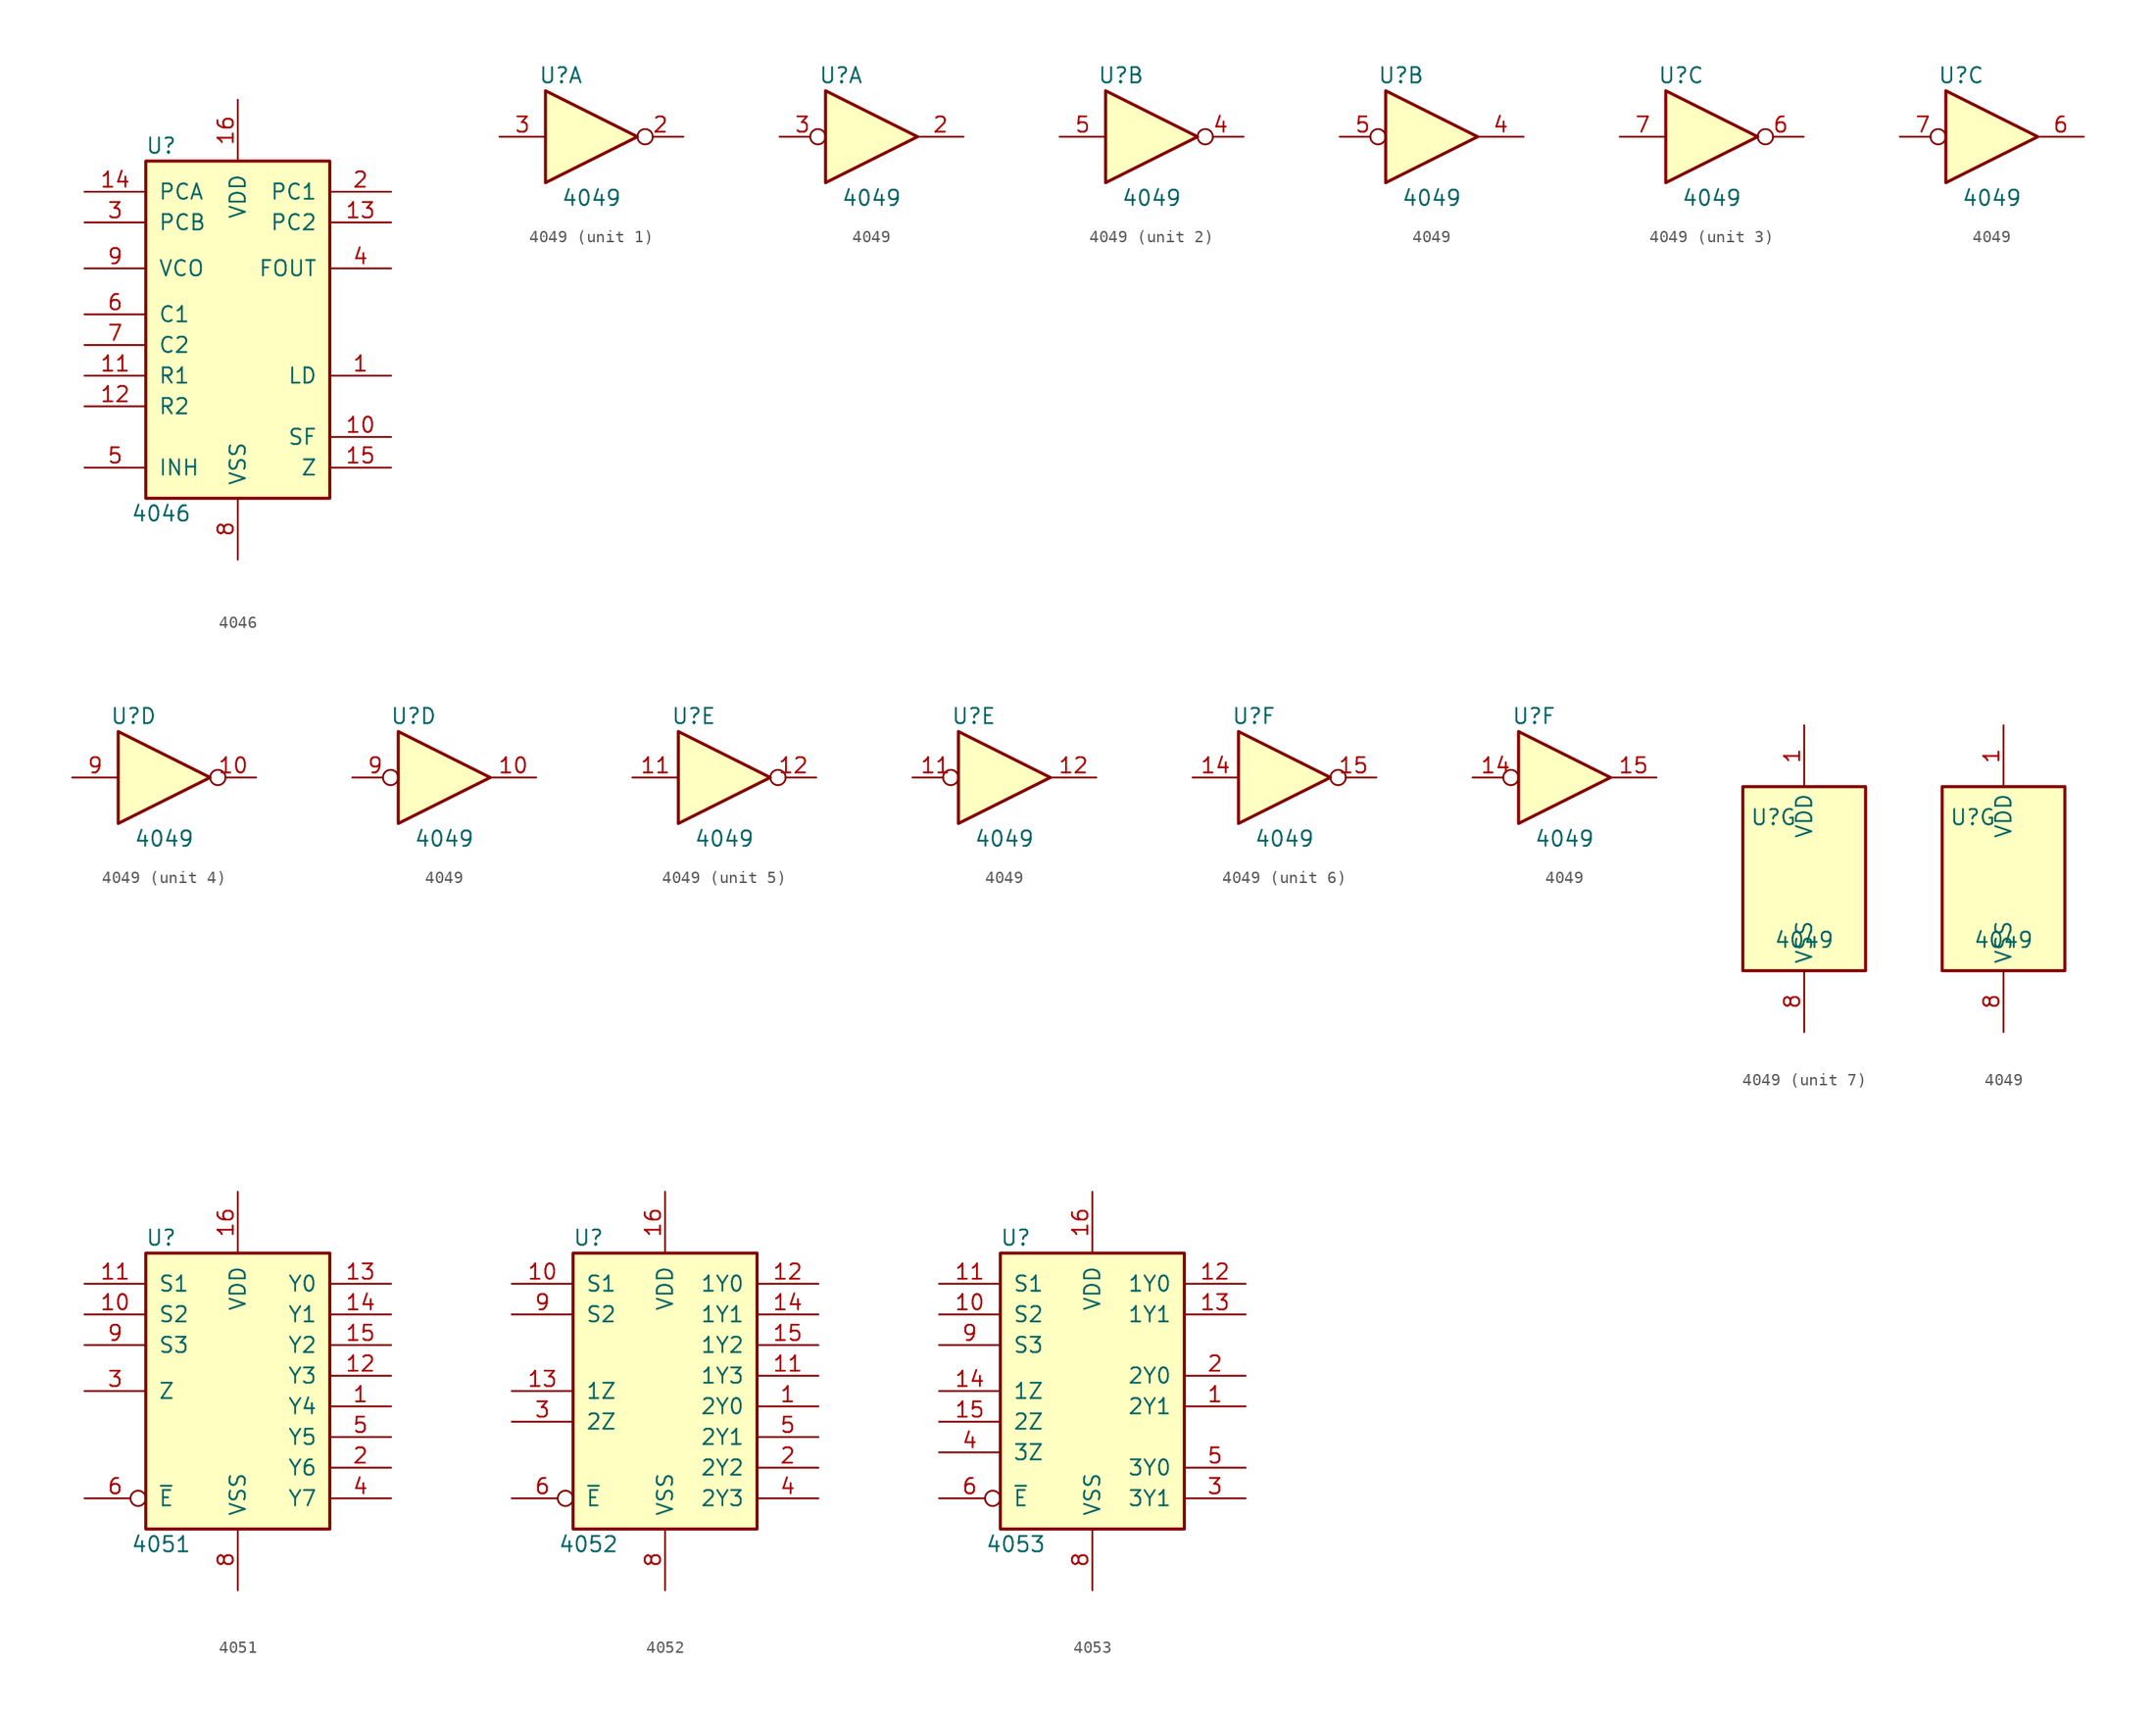
<source format=kicad_sym>
(kicad_symbol_lib
  (version 20211014)
  (generator kicad_symbol_editor)
  (symbol "4046"
    (pin_names
      (offset 1.016))
    (property "Reference" "U"
      (at -6.35 13.97 0)
      (effects (font (size 1.27 1.27))))
    (property "Value" "4046"
      (at -6.35 -16.51 0)
      (effects (font (size 1.27 1.27))))
    (symbol "4046_1_0"
      (pin output line (at 12.7 -5.08 180) (length 5.08) (name "LD" (effects (font (size 1.27 1.27)))) (number "1" (effects (font (size 1.27 1.27)))))
      (pin output line (at 12.7 -10.16 180) (length 5.08) (name "SF" (effects (font (size 1.27 1.27)))) (number "10" (effects (font (size 1.27 1.27)))))
      (pin input line (at -12.7 -5.08 0) (length 5.08) (name "R1" (effects (font (size 1.27 1.27)))) (number "11" (effects (font (size 1.27 1.27)))))
      (pin input line (at -12.7 -7.62 0) (length 5.08) (name "R2" (effects (font (size 1.27 1.27)))) (number "12" (effects (font (size 1.27 1.27)))))
      (pin tri_state line (at 12.7 7.62 180) (length 5.08) (name "PC2" (effects (font (size 1.27 1.27)))) (number "13" (effects (font (size 1.27 1.27)))))
      (pin input line (at -12.7 10.16 0) (length 5.08) (name "PCA" (effects (font (size 1.27 1.27)))) (number "14" (effects (font (size 1.27 1.27)))))
      (pin output line (at 12.7 -12.7 180) (length 5.08) (name "Z" (effects (font (size 1.27 1.27)))) (number "15" (effects (font (size 1.27 1.27)))))
      (pin power_in line (at 0 17.78 270) (length 5.08) (name "VDD" (effects (font (size 1.27 1.27)))) (number "16" (effects (font (size 1.27 1.27)))))
      (pin output line (at 12.7 10.16 180) (length 5.08) (name "PC1" (effects (font (size 1.27 1.27)))) (number "2" (effects (font (size 1.27 1.27)))))
      (pin input line (at -12.7 7.62 0) (length 5.08) (name "PCB" (effects (font (size 1.27 1.27)))) (number "3" (effects (font (size 1.27 1.27)))))
      (pin output line (at 12.7 3.81 180) (length 5.08) (name "FOUT" (effects (font (size 1.27 1.27)))) (number "4" (effects (font (size 1.27 1.27)))))
      (pin input line (at -12.7 -12.7 0) (length 5.08) (name "INH" (effects (font (size 1.27 1.27)))) (number "5" (effects (font (size 1.27 1.27)))))
      (pin input line (at -12.7 0 0) (length 5.08) (name "C1" (effects (font (size 1.27 1.27)))) (number "6" (effects (font (size 1.27 1.27)))))
      (pin input line (at -12.7 -2.54 0) (length 5.08) (name "C2" (effects (font (size 1.27 1.27)))) (number "7" (effects (font (size 1.27 1.27)))))
      (pin power_in line (at 0 -20.32 90) (length 5.08) (name "VSS" (effects (font (size 1.27 1.27)))) (number "8" (effects (font (size 1.27 1.27)))))
      (pin input line (at -12.7 3.81 0) (length 5.08) (name "VCO" (effects (font (size 1.27 1.27)))) (number "9" (effects (font (size 1.27 1.27))))))
    (symbol "4046_1_1"
      (rectangle (start -7.62 12.7) (end 7.62 -15.24) (stroke (width 0.254) (type default) (color 0 0 0 0)) (fill (type background)))))
  (symbol "4049"
    (property "Reference" "U"
      (at -2.54 5.08 0)
      (effects (font (size 1.27 1.27))))
    (property "Value" "4049"
      (at 0 -5.08 0)
      (effects (font (size 1.27 1.27))))
    (property "ki_locked" ""
      (at 0 0 0)
      (effects (font (size 1.27 1.27))))
    (symbol "4049_1_0"
      (polyline (pts (xy -3.81 3.81) (xy -3.81 -3.81) (xy 3.81 0) (xy -3.81 3.81)) (stroke (width 0.254) (type default) (color 0 0 0 0)) (fill (type background))))
    (symbol "4049_1_1"
      (pin output inverted (at 7.62 0 180) (length 3.81) (name "~" (effects (font (size 1.27 1.27)))) (number "2" (effects (font (size 1.27 1.27)))))
      (pin input line (at -7.62 0 0) (length 3.81) (name "~" (effects (font (size 1.27 1.27)))) (number "3" (effects (font (size 1.27 1.27))))))
    (symbol "4049_1_2"
      (pin output line (at 7.62 0 180) (length 3.81) (name "~" (effects (font (size 1.27 1.27)))) (number "2" (effects (font (size 1.27 1.27)))))
      (pin input inverted (at -7.62 0 0) (length 3.81) (name "~" (effects (font (size 1.27 1.27)))) (number "3" (effects (font (size 1.27 1.27))))))
    (symbol "4049_2_0"
      (polyline (pts (xy -3.81 3.81) (xy -3.81 -3.81) (xy 3.81 0) (xy -3.81 3.81)) (stroke (width 0.254) (type default) (color 0 0 0 0)) (fill (type background))))
    (symbol "4049_2_1"
      (pin output inverted (at 7.62 0 180) (length 3.81) (name "~" (effects (font (size 1.27 1.27)))) (number "4" (effects (font (size 1.27 1.27)))))
      (pin input line (at -7.62 0 0) (length 3.81) (name "~" (effects (font (size 1.27 1.27)))) (number "5" (effects (font (size 1.27 1.27))))))
    (symbol "4049_2_2"
      (pin output line (at 7.62 0 180) (length 3.81) (name "~" (effects (font (size 1.27 1.27)))) (number "4" (effects (font (size 1.27 1.27)))))
      (pin input inverted (at -7.62 0 0) (length 3.81) (name "~" (effects (font (size 1.27 1.27)))) (number "5" (effects (font (size 1.27 1.27))))))
    (symbol "4049_3_0"
      (polyline (pts (xy -3.81 3.81) (xy -3.81 -3.81) (xy 3.81 0) (xy -3.81 3.81)) (stroke (width 0.254) (type default) (color 0 0 0 0)) (fill (type background))))
    (symbol "4049_3_1"
      (pin output inverted (at 7.62 0 180) (length 3.81) (name "~" (effects (font (size 1.27 1.27)))) (number "6" (effects (font (size 1.27 1.27)))))
      (pin input line (at -7.62 0 0) (length 3.81) (name "~" (effects (font (size 1.27 1.27)))) (number "7" (effects (font (size 1.27 1.27))))))
    (symbol "4049_3_2"
      (pin output line (at 7.62 0 180) (length 3.81) (name "~" (effects (font (size 1.27 1.27)))) (number "6" (effects (font (size 1.27 1.27)))))
      (pin input inverted (at -7.62 0 0) (length 3.81) (name "~" (effects (font (size 1.27 1.27)))) (number "7" (effects (font (size 1.27 1.27))))))
    (symbol "4049_4_0"
      (polyline (pts (xy -3.81 3.81) (xy -3.81 -3.81) (xy 3.81 0) (xy -3.81 3.81)) (stroke (width 0.254) (type default) (color 0 0 0 0)) (fill (type background))))
    (symbol "4049_4_1"
      (pin output inverted (at 7.62 0 180) (length 3.81) (name "~" (effects (font (size 1.27 1.27)))) (number "10" (effects (font (size 1.27 1.27)))))
      (pin input line (at -7.62 0 0) (length 3.81) (name "~" (effects (font (size 1.27 1.27)))) (number "9" (effects (font (size 1.27 1.27))))))
    (symbol "4049_4_2"
      (pin output line (at 7.62 0 180) (length 3.81) (name "~" (effects (font (size 1.27 1.27)))) (number "10" (effects (font (size 1.27 1.27)))))
      (pin input inverted (at -7.62 0 0) (length 3.81) (name "~" (effects (font (size 1.27 1.27)))) (number "9" (effects (font (size 1.27 1.27))))))
    (symbol "4049_5_0"
      (polyline (pts (xy -3.81 3.81) (xy -3.81 -3.81) (xy 3.81 0) (xy -3.81 3.81)) (stroke (width 0.254) (type default) (color 0 0 0 0)) (fill (type background))))
    (symbol "4049_5_1"
      (pin input line (at -7.62 0 0) (length 3.81) (name "~" (effects (font (size 1.27 1.27)))) (number "11" (effects (font (size 1.27 1.27)))))
      (pin output inverted (at 7.62 0 180) (length 3.81) (name "~" (effects (font (size 1.27 1.27)))) (number "12" (effects (font (size 1.27 1.27))))))
    (symbol "4049_5_2"
      (pin input inverted (at -7.62 0 0) (length 3.81) (name "~" (effects (font (size 1.27 1.27)))) (number "11" (effects (font (size 1.27 1.27)))))
      (pin output line (at 7.62 0 180) (length 3.81) (name "~" (effects (font (size 1.27 1.27)))) (number "12" (effects (font (size 1.27 1.27))))))
    (symbol "4049_6_0"
      (polyline (pts (xy -3.81 3.81) (xy -3.81 -3.81) (xy 3.81 0) (xy -3.81 3.81)) (stroke (width 0.254) (type default) (color 0 0 0 0)) (fill (type background))))
    (symbol "4049_6_1"
      (pin input line (at -7.62 0 0) (length 3.81) (name "~" (effects (font (size 1.27 1.27)))) (number "14" (effects (font (size 1.27 1.27)))))
      (pin output inverted (at 7.62 0 180) (length 3.81) (name "~" (effects (font (size 1.27 1.27)))) (number "15" (effects (font (size 1.27 1.27))))))
    (symbol "4049_6_2"
      (pin input inverted (at -7.62 0 0) (length 3.81) (name "~" (effects (font (size 1.27 1.27)))) (number "14" (effects (font (size 1.27 1.27)))))
      (pin output line (at 7.62 0 180) (length 3.81) (name "~" (effects (font (size 1.27 1.27)))) (number "15" (effects (font (size 1.27 1.27))))))
    (symbol "4049_7_0"
      (pin power_in line (at 0 12.7 270) (length 5.08) (name "VDD" (effects (font (size 1.27 1.27)))) (number "1" (effects (font (size 1.27 1.27)))))
      (pin power_in line (at 0 -12.7 90) (length 5.08) (name "VSS" (effects (font (size 1.27 1.27)))) (number "8" (effects (font (size 1.27 1.27))))))
    (symbol "4049_7_1"
      (rectangle (start -5.08 7.62) (end 5.08 -7.62) (stroke (width 0.254) (type default) (color 0 0 0 0)) (fill (type background))))
    (symbol "4049_7_2"
      (rectangle (start -5.08 7.62) (end 5.08 -7.62) (stroke (width 0.254) (type default) (color 0 0 0 0)) (fill (type background)))))
  (symbol "4051"
    (pin_names
      (offset 1.016))
    (property "Reference" "U"
      (at -6.35 12.7 0)
      (effects (font (size 1.27 1.27))))
    (property "Value" "4051"
      (at -6.35 -12.7 0)
      (effects (font (size 1.27 1.27))))
    (symbol "4051_1_0"
      (pin bidirectional line (at 12.7 -1.27 180) (length 5.08) (name "Y4" (effects (font (size 1.27 1.27)))) (number "1" (effects (font (size 1.27 1.27)))))
      (pin input line (at -12.7 6.35 0) (length 5.08) (name "S2" (effects (font (size 1.27 1.27)))) (number "10" (effects (font (size 1.27 1.27)))))
      (pin input line (at -12.7 8.89 0) (length 5.08) (name "S1" (effects (font (size 1.27 1.27)))) (number "11" (effects (font (size 1.27 1.27)))))
      (pin bidirectional line (at 12.7 1.27 180) (length 5.08) (name "Y3" (effects (font (size 1.27 1.27)))) (number "12" (effects (font (size 1.27 1.27)))))
      (pin bidirectional line (at 12.7 8.89 180) (length 5.08) (name "Y0" (effects (font (size 1.27 1.27)))) (number "13" (effects (font (size 1.27 1.27)))))
      (pin bidirectional line (at 12.7 6.35 180) (length 5.08) (name "Y1" (effects (font (size 1.27 1.27)))) (number "14" (effects (font (size 1.27 1.27)))))
      (pin bidirectional line (at 12.7 3.81 180) (length 5.08) (name "Y2" (effects (font (size 1.27 1.27)))) (number "15" (effects (font (size 1.27 1.27)))))
      (pin power_in line (at 0 16.51 270) (length 5.08) (name "VDD" (effects (font (size 1.27 1.27)))) (number "16" (effects (font (size 1.27 1.27)))))
      (pin bidirectional line (at 12.7 -6.35 180) (length 5.08) (name "Y6" (effects (font (size 1.27 1.27)))) (number "2" (effects (font (size 1.27 1.27)))))
      (pin bidirectional line (at -12.7 0 0) (length 5.08) (name "Z" (effects (font (size 1.27 1.27)))) (number "3" (effects (font (size 1.27 1.27)))))
      (pin bidirectional line (at 12.7 -8.89 180) (length 5.08) (name "Y7" (effects (font (size 1.27 1.27)))) (number "4" (effects (font (size 1.27 1.27)))))
      (pin bidirectional line (at 12.7 -3.81 180) (length 5.08) (name "Y5" (effects (font (size 1.27 1.27)))) (number "5" (effects (font (size 1.27 1.27)))))
      (pin input inverted (at -12.7 -8.89 0) (length 5.08) (name "~{E}" (effects (font (size 1.27 1.27)))) (number "6" (effects (font (size 1.27 1.27)))))
      (pin power_in line (at 0 -16.51 90) (length 5.08) (name "VSS" (effects (font (size 1.27 1.27)))) (number "8" (effects (font (size 1.27 1.27)))))
      (pin input line (at -12.7 3.81 0) (length 5.08) (name "S3" (effects (font (size 1.27 1.27)))) (number "9" (effects (font (size 1.27 1.27))))))
    (symbol "4051_1_1"
      (rectangle (start -7.62 11.43) (end 7.62 -11.43) (stroke (width 0.254) (type default) (color 0 0 0 0)) (fill (type background)))))
  (symbol "4052"
    (pin_names
      (offset 1.016))
    (property "Reference" "U"
      (at -6.35 12.7 0)
      (effects (font (size 1.27 1.27))))
    (property "Value" "4052"
      (at -6.35 -12.7 0)
      (effects (font (size 1.27 1.27))))
    (symbol "4052_1_0"
      (pin bidirectional line (at 12.7 -1.27 180) (length 5.08) (name "2Y0" (effects (font (size 1.27 1.27)))) (number "1" (effects (font (size 1.27 1.27)))))
      (pin input line (at -12.7 8.89 0) (length 5.08) (name "S1" (effects (font (size 1.27 1.27)))) (number "10" (effects (font (size 1.27 1.27)))))
      (pin bidirectional line (at 12.7 1.27 180) (length 5.08) (name "1Y3" (effects (font (size 1.27 1.27)))) (number "11" (effects (font (size 1.27 1.27)))))
      (pin bidirectional line (at 12.7 8.89 180) (length 5.08) (name "1Y0" (effects (font (size 1.27 1.27)))) (number "12" (effects (font (size 1.27 1.27)))))
      (pin bidirectional line (at -12.7 0 0) (length 5.08) (name "1Z" (effects (font (size 1.27 1.27)))) (number "13" (effects (font (size 1.27 1.27)))))
      (pin bidirectional line (at 12.7 6.35 180) (length 5.08) (name "1Y1" (effects (font (size 1.27 1.27)))) (number "14" (effects (font (size 1.27 1.27)))))
      (pin bidirectional line (at 12.7 3.81 180) (length 5.08) (name "1Y2" (effects (font (size 1.27 1.27)))) (number "15" (effects (font (size 1.27 1.27)))))
      (pin power_in line (at 0 16.51 270) (length 5.08) (name "VDD" (effects (font (size 1.27 1.27)))) (number "16" (effects (font (size 1.27 1.27)))))
      (pin bidirectional line (at 12.7 -6.35 180) (length 5.08) (name "2Y2" (effects (font (size 1.27 1.27)))) (number "2" (effects (font (size 1.27 1.27)))))
      (pin bidirectional line (at -12.7 -2.54 0) (length 5.08) (name "2Z" (effects (font (size 1.27 1.27)))) (number "3" (effects (font (size 1.27 1.27)))))
      (pin bidirectional line (at 12.7 -8.89 180) (length 5.08) (name "2Y3" (effects (font (size 1.27 1.27)))) (number "4" (effects (font (size 1.27 1.27)))))
      (pin bidirectional line (at 12.7 -3.81 180) (length 5.08) (name "2Y1" (effects (font (size 1.27 1.27)))) (number "5" (effects (font (size 1.27 1.27)))))
      (pin input inverted (at -12.7 -8.89 0) (length 5.08) (name "~{E}" (effects (font (size 1.27 1.27)))) (number "6" (effects (font (size 1.27 1.27)))))
      (pin power_in line (at 0 -16.51 90) (length 5.08) (name "VSS" (effects (font (size 1.27 1.27)))) (number "8" (effects (font (size 1.27 1.27)))))
      (pin input line (at -12.7 6.35 0) (length 5.08) (name "S2" (effects (font (size 1.27 1.27)))) (number "9" (effects (font (size 1.27 1.27))))))
    (symbol "4052_1_1"
      (rectangle (start -7.62 11.43) (end 7.62 -11.43) (stroke (width 0.254) (type default) (color 0 0 0 0)) (fill (type background)))))
  (symbol "4053"
    (pin_names
      (offset 1.016))
    (property "Reference" "U"
      (at -6.35 12.7 0)
      (effects (font (size 1.27 1.27))))
    (property "Value" "4053"
      (at -6.35 -12.7 0)
      (effects (font (size 1.27 1.27))))
    (symbol "4053_1_0"
      (pin bidirectional line (at 12.7 -1.27 180) (length 5.08) (name "2Y1" (effects (font (size 1.27 1.27)))) (number "1" (effects (font (size 1.27 1.27)))))
      (pin input line (at -12.7 6.35 0) (length 5.08) (name "S2" (effects (font (size 1.27 1.27)))) (number "10" (effects (font (size 1.27 1.27)))))
      (pin input line (at -12.7 8.89 0) (length 5.08) (name "S1" (effects (font (size 1.27 1.27)))) (number "11" (effects (font (size 1.27 1.27)))))
      (pin bidirectional line (at 12.7 8.89 180) (length 5.08) (name "1Y0" (effects (font (size 1.27 1.27)))) (number "12" (effects (font (size 1.27 1.27)))))
      (pin bidirectional line (at 12.7 6.35 180) (length 5.08) (name "1Y1" (effects (font (size 1.27 1.27)))) (number "13" (effects (font (size 1.27 1.27)))))
      (pin bidirectional line (at -12.7 0 0) (length 5.08) (name "1Z" (effects (font (size 1.27 1.27)))) (number "14" (effects (font (size 1.27 1.27)))))
      (pin bidirectional line (at -12.7 -2.54 0) (length 5.08) (name "2Z" (effects (font (size 1.27 1.27)))) (number "15" (effects (font (size 1.27 1.27)))))
      (pin power_in line (at 0 16.51 270) (length 5.08) (name "VDD" (effects (font (size 1.27 1.27)))) (number "16" (effects (font (size 1.27 1.27)))))
      (pin bidirectional line (at 12.7 1.27 180) (length 5.08) (name "2Y0" (effects (font (size 1.27 1.27)))) (number "2" (effects (font (size 1.27 1.27)))))
      (pin bidirectional line (at 12.7 -8.89 180) (length 5.08) (name "3Y1" (effects (font (size 1.27 1.27)))) (number "3" (effects (font (size 1.27 1.27)))))
      (pin bidirectional line (at -12.7 -5.08 0) (length 5.08) (name "3Z" (effects (font (size 1.27 1.27)))) (number "4" (effects (font (size 1.27 1.27)))))
      (pin bidirectional line (at 12.7 -6.35 180) (length 5.08) (name "3Y0" (effects (font (size 1.27 1.27)))) (number "5" (effects (font (size 1.27 1.27)))))
      (pin input inverted (at -12.7 -8.89 0) (length 5.08) (name "~{E}" (effects (font (size 1.27 1.27)))) (number "6" (effects (font (size 1.27 1.27)))))
      (pin power_in line (at 0 -16.51 90) (length 5.08) (name "VSS" (effects (font (size 1.27 1.27)))) (number "8" (effects (font (size 1.27 1.27)))))
      (pin input line (at -12.7 3.81 0) (length 5.08) (name "S3" (effects (font (size 1.27 1.27)))) (number "9" (effects (font (size 1.27 1.27))))))
    (symbol "4053_1_1"
      (rectangle (start -7.62 11.43) (end 7.62 -11.43) (stroke (width 0.254) (type default) (color 0 0 0 0)) (fill (type background))))))
</source>
